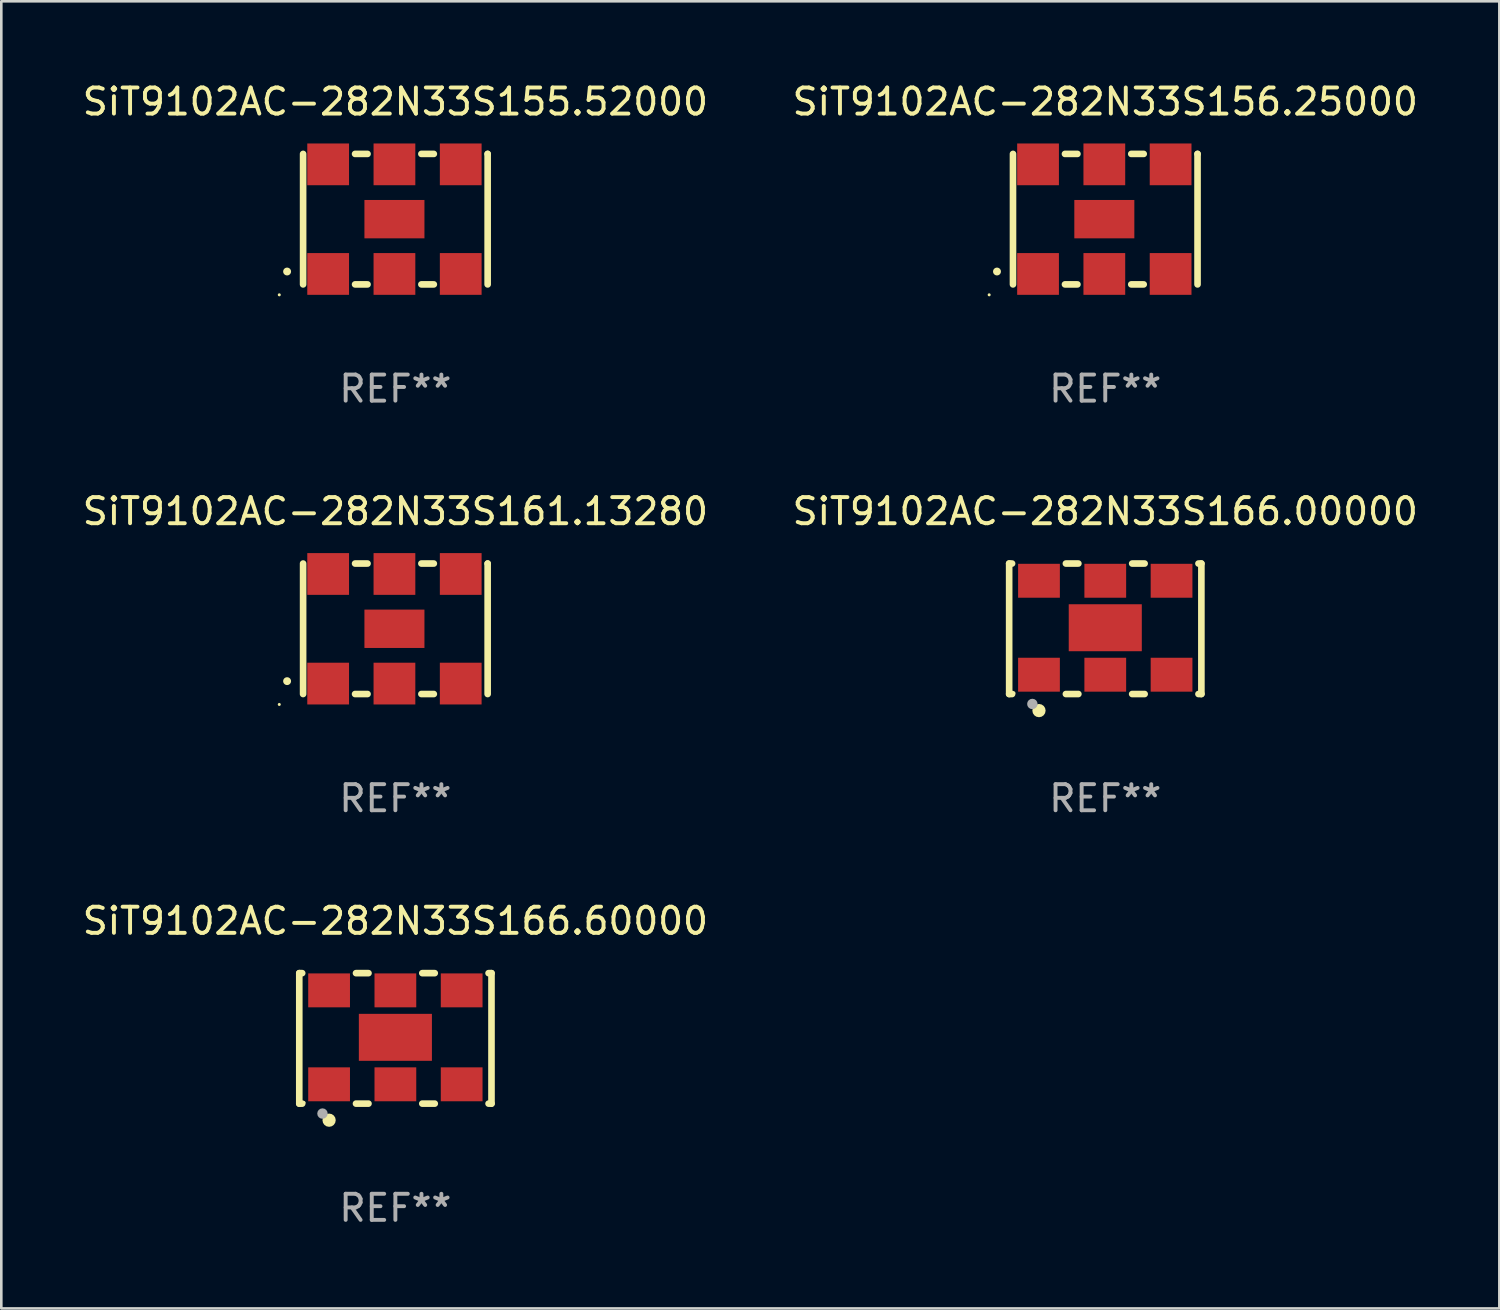
<source format=kicad_pcb>
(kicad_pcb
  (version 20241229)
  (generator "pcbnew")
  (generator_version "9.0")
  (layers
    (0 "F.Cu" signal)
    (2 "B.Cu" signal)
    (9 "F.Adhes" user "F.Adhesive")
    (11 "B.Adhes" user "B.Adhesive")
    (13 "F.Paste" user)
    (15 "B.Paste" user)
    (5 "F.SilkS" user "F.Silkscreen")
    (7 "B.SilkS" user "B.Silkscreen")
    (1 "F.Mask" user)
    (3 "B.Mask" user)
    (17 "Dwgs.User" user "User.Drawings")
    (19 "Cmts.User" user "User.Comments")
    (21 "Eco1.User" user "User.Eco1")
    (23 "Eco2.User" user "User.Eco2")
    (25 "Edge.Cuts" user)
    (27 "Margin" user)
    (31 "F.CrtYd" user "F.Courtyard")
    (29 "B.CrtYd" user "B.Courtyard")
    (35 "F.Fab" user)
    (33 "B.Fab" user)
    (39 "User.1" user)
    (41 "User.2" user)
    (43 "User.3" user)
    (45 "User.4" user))
  (footprint "SiT9102AC-282N33S161.13280"
    (layer "F.Cu")
    (at 12.101 21.045)
    (property "Reference" "SiT9102AC-282N33S161.13280" (at 0 -4.5 0) (layer "F.SilkS") (effects (font (size 1 1) (thickness 0.15))))
    (attr through_hole)
    (fp_line (start -3.536 -2.5) (end -3.536 2.5) (stroke (width 0.254) (type solid)) (layer "F.SilkS"))
    (fp_line (start -1.544 2.5) (end -1.067 2.5) (stroke (width 0.254) (type solid)) (layer "F.SilkS"))
    (fp_line (start -1.067 -2.5) (end -1.544 -2.5) (stroke (width 0.254) (type solid)) (layer "F.SilkS"))
    (fp_line (start 0.996 2.5) (end 1.473 2.5) (stroke (width 0.254) (type solid)) (layer "F.SilkS"))
    (fp_line (start 1.473 -2.5) (end 0.996 -2.5) (stroke (width 0.254) (type solid)) (layer "F.SilkS"))
    (fp_line (start 3.536 -2.5) (end 3.536 -2.5) (stroke (width 0.254) (type solid)) (layer "F.SilkS"))
    (fp_line (start 3.536 2.5) (end 3.536 -2.5) (stroke (width 0.254) (type solid)) (layer "F.SilkS"))
    (fp_arc (start -4.150432 2.006604) (mid -4.149162 2.006599) (end -4.147892 2.006604) (stroke (width 0.3) (type solid)) (layer "F.SilkS"))
    (fp_circle (center -4.449 2.9) (end -4.419 2.9) (stroke (width 0.06) (type solid)) (fill no) (layer "F.SilkS"))
    (fp_text user "REF**" (at 0 6.5 0) (layer "F.Fab") (effects (font (size 1 1) (thickness 0.15))))
    (pad "1" smd rect (at -2.576 2.1) (size 1.6 1.6) (layers "F.Cu" "F.Mask" "F.Paste"))
    (pad "2" smd rect (at -0.036 2.1) (size 1.6 1.6) (layers "F.Cu" "F.Mask" "F.Paste"))
    (pad "3" smd rect (at 2.504 2.1) (size 1.6 1.6) (layers "F.Cu" "F.Mask" "F.Paste"))
    (pad "4" smd rect (at 2.504 -2.1) (size 1.6 1.6) (layers "F.Cu" "F.Mask" "F.Paste"))
    (pad "5" smd rect (at -0.036 -2.1) (size 1.6 1.6) (layers "F.Cu" "F.Mask" "F.Paste"))
    (pad "6" smd rect (at -2.576 -2.1) (size 1.6 1.6) (layers "F.Cu" "F.Mask" "F.Paste"))
    (pad "7" smd rect (at -0.036 0) (size 2.3 1.47) (layers "F.Cu" "F.Mask" "F.Paste")))
  (footprint "SiT9102AC-282N33S155.52000"
    (layer "F.Cu")
    (at 12.101 5.348)
    (property "Reference" "SiT9102AC-282N33S155.52000" (at 0 -4.5 0) (layer "F.SilkS") (effects (font (size 1 1) (thickness 0.15))))
    (attr through_hole)
    (fp_line (start -3.536 -2.5) (end -3.536 2.5) (stroke (width 0.254) (type solid)) (layer "F.SilkS"))
    (fp_line (start -1.544 2.5) (end -1.067 2.5) (stroke (width 0.254) (type solid)) (layer "F.SilkS"))
    (fp_line (start -1.067 -2.5) (end -1.544 -2.5) (stroke (width 0.254) (type solid)) (layer "F.SilkS"))
    (fp_line (start 0.996 2.5) (end 1.473 2.5) (stroke (width 0.254) (type solid)) (layer "F.SilkS"))
    (fp_line (start 1.473 -2.5) (end 0.996 -2.5) (stroke (width 0.254) (type solid)) (layer "F.SilkS"))
    (fp_line (start 3.536 -2.5) (end 3.536 -2.5) (stroke (width 0.254) (type solid)) (layer "F.SilkS"))
    (fp_line (start 3.536 2.5) (end 3.536 -2.5) (stroke (width 0.254) (type solid)) (layer "F.SilkS"))
    (fp_arc (start -4.150432 2.006604) (mid -4.149162 2.006599) (end -4.147892 2.006604) (stroke (width 0.3) (type solid)) (layer "F.SilkS"))
    (fp_circle (center -4.449 2.9) (end -4.419 2.9) (stroke (width 0.06) (type solid)) (fill no) (layer "F.SilkS"))
    (fp_text user "REF**" (at 0 6.5 0) (layer "F.Fab") (effects (font (size 1 1) (thickness 0.15))))
    (pad "1" smd rect (at -2.576 2.1) (size 1.6 1.6) (layers "F.Cu" "F.Mask" "F.Paste"))
    (pad "2" smd rect (at -0.036 2.1) (size 1.6 1.6) (layers "F.Cu" "F.Mask" "F.Paste"))
    (pad "3" smd rect (at 2.504 2.1) (size 1.6 1.6) (layers "F.Cu" "F.Mask" "F.Paste"))
    (pad "4" smd rect (at 2.504 -2.1) (size 1.6 1.6) (layers "F.Cu" "F.Mask" "F.Paste"))
    (pad "5" smd rect (at -0.036 -2.1) (size 1.6 1.6) (layers "F.Cu" "F.Mask" "F.Paste"))
    (pad "6" smd rect (at -2.576 -2.1) (size 1.6 1.6) (layers "F.Cu" "F.Mask" "F.Paste"))
    (pad "7" smd rect (at -0.036 0) (size 2.3 1.47) (layers "F.Cu" "F.Mask" "F.Paste")))
  (footprint "SiT9102AC-282N33S156.25000"
    (layer "F.Cu")
    (at 39.304 5.348)
    (property "Reference" "SiT9102AC-282N33S156.25000" (at 0 -4.5 0) (layer "F.SilkS") (effects (font (size 1 1) (thickness 0.15))))
    (attr through_hole)
    (fp_line (start -3.536 -2.5) (end -3.536 2.5) (stroke (width 0.254) (type solid)) (layer "F.SilkS"))
    (fp_line (start -1.544 2.5) (end -1.067 2.5) (stroke (width 0.254) (type solid)) (layer "F.SilkS"))
    (fp_line (start -1.067 -2.5) (end -1.544 -2.5) (stroke (width 0.254) (type solid)) (layer "F.SilkS"))
    (fp_line (start 0.996 2.5) (end 1.473 2.5) (stroke (width 0.254) (type solid)) (layer "F.SilkS"))
    (fp_line (start 1.473 -2.5) (end 0.996 -2.5) (stroke (width 0.254) (type solid)) (layer "F.SilkS"))
    (fp_line (start 3.536 -2.5) (end 3.536 -2.5) (stroke (width 0.254) (type solid)) (layer "F.SilkS"))
    (fp_line (start 3.536 2.5) (end 3.536 -2.5) (stroke (width 0.254) (type solid)) (layer "F.SilkS"))
    (fp_arc (start -4.150432 2.006604) (mid -4.149162 2.006599) (end -4.147892 2.006604) (stroke (width 0.3) (type solid)) (layer "F.SilkS"))
    (fp_circle (center -4.449 2.9) (end -4.419 2.9) (stroke (width 0.06) (type solid)) (fill no) (layer "F.SilkS"))
    (fp_text user "REF**" (at 0 6.5 0) (layer "F.Fab") (effects (font (size 1 1) (thickness 0.15))))
    (pad "1" smd rect (at -2.576 2.1) (size 1.6 1.6) (layers "F.Cu" "F.Mask" "F.Paste"))
    (pad "2" smd rect (at -0.036 2.1) (size 1.6 1.6) (layers "F.Cu" "F.Mask" "F.Paste"))
    (pad "3" smd rect (at 2.504 2.1) (size 1.6 1.6) (layers "F.Cu" "F.Mask" "F.Paste"))
    (pad "4" smd rect (at 2.504 -2.1) (size 1.6 1.6) (layers "F.Cu" "F.Mask" "F.Paste"))
    (pad "5" smd rect (at -0.036 -2.1) (size 1.6 1.6) (layers "F.Cu" "F.Mask" "F.Paste"))
    (pad "6" smd rect (at -2.576 -2.1) (size 1.6 1.6) (layers "F.Cu" "F.Mask" "F.Paste"))
    (pad "7" smd rect (at -0.036 0) (size 2.3 1.47) (layers "F.Cu" "F.Mask" "F.Paste")))
  (footprint "SiT9102AC-282N33S166.00000"
    (layer "F.Cu")
    (at 39.304 21.045)
    (property "Reference" "SiT9102AC-282N33S166.00000" (at 0 -4.5 0) (layer "F.SilkS") (effects (font (size 1 1) (thickness 0.15))))
    (attr through_hole)
    (fp_line (start -3.683 -2.5) (end -3.571 -2.5) (stroke (width 0.254) (type solid)) (layer "F.SilkS"))
    (fp_line (start -3.683 2.5) (end -3.683 -2.5) (stroke (width 0.254) (type solid)) (layer "F.SilkS"))
    (fp_line (start -3.683 2.5) (end -3.571 2.5) (stroke (width 0.254) (type solid)) (layer "F.SilkS"))
    (fp_line (start -1.509 -2.5) (end -1.031 -2.5) (stroke (width 0.254) (type solid)) (layer "F.SilkS"))
    (fp_line (start -1.509 2.5) (end -1.031 2.5) (stroke (width 0.254) (type solid)) (layer "F.SilkS"))
    (fp_line (start 1.031 -2.5) (end 1.509 -2.5) (stroke (width 0.254) (type solid)) (layer "F.SilkS"))
    (fp_line (start 1.031 2.5) (end 1.509 2.5) (stroke (width 0.254) (type solid)) (layer "F.SilkS"))
    (fp_line (start 3.571 -2.5) (end 3.683 -2.5) (stroke (width 0.254) (type solid)) (layer "F.SilkS"))
    (fp_line (start 3.571 2.5) (end 3.683 2.5) (stroke (width 0.254) (type solid)) (layer "F.SilkS"))
    (fp_line (start 3.683 2.5) (end 3.683 -2.5) (stroke (width 0.254) (type solid)) (layer "F.SilkS"))
    (fp_circle (center -3.5 2.46) (end -3.47 2.46) (stroke (width 0.06) (type solid)) (fill no) (layer "F.SilkS"))
    (fp_circle (center -2.54 3.135) (end -2.413 3.135) (stroke (width 0.254) (type solid)) (fill no) (layer "F.SilkS"))
    (fp_circle (center -2.794 2.881) (end -2.694 2.881) (stroke (width 0.2) (type solid)) (fill no) (layer "F.Fab"))
    (fp_text user "REF**" (at 0 6.5 0) (layer "F.Fab") (effects (font (size 1 1) (thickness 0.15))))
    (pad "1" smd rect (at -2.54 1.76) (size 1.6 1.3) (layers "F.Cu" "F.Mask" "F.Paste"))
    (pad "2" smd rect (at 0 1.76) (size 1.6 1.3) (layers "F.Cu" "F.Mask" "F.Paste"))
    (pad "3" smd rect (at 2.54 1.76) (size 1.6 1.3) (layers "F.Cu" "F.Mask" "F.Paste"))
    (pad "4" smd rect (at 2.54 -1.84) (size 1.6 1.3) (layers "F.Cu" "F.Mask" "F.Paste"))
    (pad "5" smd rect (at 0 -1.84) (size 1.6 1.3) (layers "F.Cu" "F.Mask" "F.Paste"))
    (pad "6" smd rect (at -2.54 -1.84) (size 1.6 1.3) (layers "F.Cu" "F.Mask" "F.Paste"))
    (pad "7" smd rect (at 0 -0.04) (size 2.8 1.8) (layers "F.Cu" "F.Mask" "F.Paste")))
  (footprint "SiT9102AC-282N33S166.60000"
    (layer "F.Cu")
    (at 12.101 36.741)
    (property "Reference" "SiT9102AC-282N33S166.60000" (at 0 -4.5 0) (layer "F.SilkS") (effects (font (size 1 1) (thickness 0.15))))
    (attr through_hole)
    (fp_line (start -3.683 -2.5) (end -3.571 -2.5) (stroke (width 0.254) (type solid)) (layer "F.SilkS"))
    (fp_line (start -3.683 2.5) (end -3.683 -2.5) (stroke (width 0.254) (type solid)) (layer "F.SilkS"))
    (fp_line (start -3.683 2.5) (end -3.571 2.5) (stroke (width 0.254) (type solid)) (layer "F.SilkS"))
    (fp_line (start -1.509 -2.5) (end -1.031 -2.5) (stroke (width 0.254) (type solid)) (layer "F.SilkS"))
    (fp_line (start -1.509 2.5) (end -1.031 2.5) (stroke (width 0.254) (type solid)) (layer "F.SilkS"))
    (fp_line (start 1.031 -2.5) (end 1.509 -2.5) (stroke (width 0.254) (type solid)) (layer "F.SilkS"))
    (fp_line (start 1.031 2.5) (end 1.509 2.5) (stroke (width 0.254) (type solid)) (layer "F.SilkS"))
    (fp_line (start 3.571 -2.5) (end 3.683 -2.5) (stroke (width 0.254) (type solid)) (layer "F.SilkS"))
    (fp_line (start 3.571 2.5) (end 3.683 2.5) (stroke (width 0.254) (type solid)) (layer "F.SilkS"))
    (fp_line (start 3.683 2.5) (end 3.683 -2.5) (stroke (width 0.254) (type solid)) (layer "F.SilkS"))
    (fp_circle (center -3.5 2.46) (end -3.47 2.46) (stroke (width 0.06) (type solid)) (fill no) (layer "F.SilkS"))
    (fp_circle (center -2.54 3.135) (end -2.413 3.135) (stroke (width 0.254) (type solid)) (fill no) (layer "F.SilkS"))
    (fp_circle (center -2.794 2.881) (end -2.694 2.881) (stroke (width 0.2) (type solid)) (fill no) (layer "F.Fab"))
    (fp_text user "REF**" (at 0 6.5 0) (layer "F.Fab") (effects (font (size 1 1) (thickness 0.15))))
    (pad "1" smd rect (at -2.54 1.76) (size 1.6 1.3) (layers "F.Cu" "F.Mask" "F.Paste"))
    (pad "2" smd rect (at 0 1.76) (size 1.6 1.3) (layers "F.Cu" "F.Mask" "F.Paste"))
    (pad "3" smd rect (at 2.54 1.76) (size 1.6 1.3) (layers "F.Cu" "F.Mask" "F.Paste"))
    (pad "4" smd rect (at 2.54 -1.84) (size 1.6 1.3) (layers "F.Cu" "F.Mask" "F.Paste"))
    (pad "5" smd rect (at 0 -1.84) (size 1.6 1.3) (layers "F.Cu" "F.Mask" "F.Paste"))
    (pad "6" smd rect (at -2.54 -1.84) (size 1.6 1.3) (layers "F.Cu" "F.Mask" "F.Paste"))
    (pad "7" smd rect (at 0 -0.04) (size 2.8 1.8) (layers "F.Cu" "F.Mask" "F.Paste")))
  (gr_rect
    (start -3 -3)
    (end 54.405 47.09)
    (stroke (width 0.1) (type default))
    (fill no)
    (layer "Edge.Cuts")))
</source>
